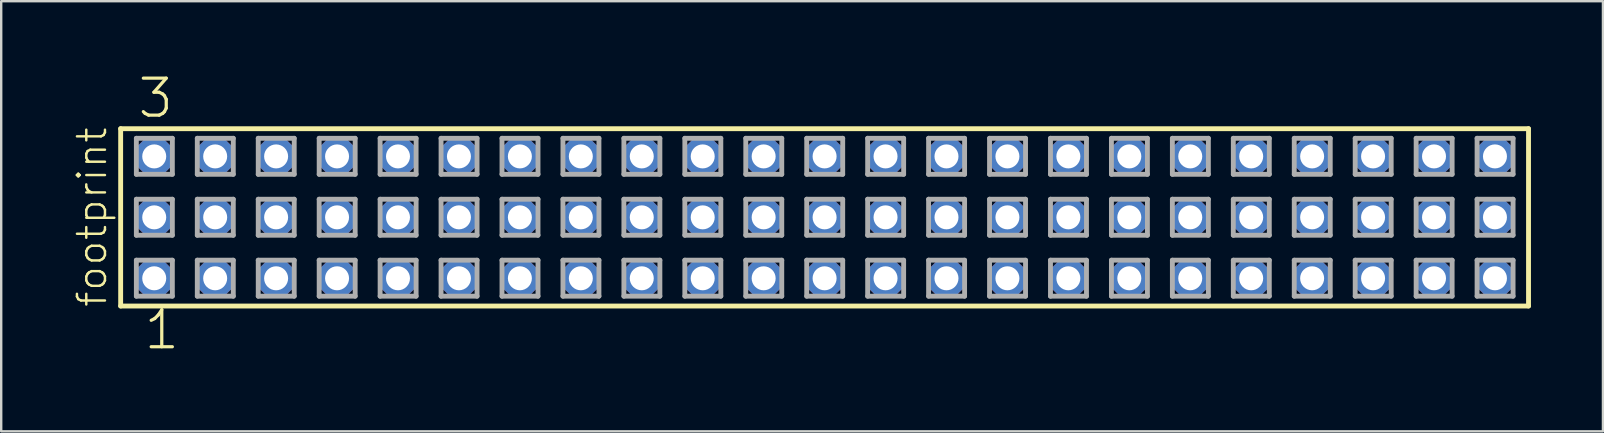
<source format=kicad_pcb>
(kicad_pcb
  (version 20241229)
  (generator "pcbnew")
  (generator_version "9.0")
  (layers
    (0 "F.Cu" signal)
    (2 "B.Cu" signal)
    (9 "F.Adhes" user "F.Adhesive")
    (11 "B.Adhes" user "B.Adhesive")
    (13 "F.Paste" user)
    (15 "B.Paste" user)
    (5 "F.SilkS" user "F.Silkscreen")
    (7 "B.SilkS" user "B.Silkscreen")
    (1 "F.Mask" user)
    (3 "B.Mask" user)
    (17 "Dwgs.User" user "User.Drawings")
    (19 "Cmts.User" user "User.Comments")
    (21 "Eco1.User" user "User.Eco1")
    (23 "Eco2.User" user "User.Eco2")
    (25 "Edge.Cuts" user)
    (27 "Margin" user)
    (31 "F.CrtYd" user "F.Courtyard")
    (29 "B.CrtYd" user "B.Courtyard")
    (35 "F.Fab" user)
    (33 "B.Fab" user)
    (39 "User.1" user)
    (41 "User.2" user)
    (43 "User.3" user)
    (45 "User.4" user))
  (footprint "footprint"
    (layer "F.Cu")
    (at 31.318 6.009)
    (property "Reference" "footprint" (at -29.845 3.81 90) (layer "F.SilkS") (effects (font (size 1.168 1.168) (thickness 0.102)) (justify left bottom)))
    (fp_line (start -29.339 -3.695) (end 29.339 -3.695) (stroke (width 0.203) (type solid)) (layer "F.SilkS"))
    (fp_line (start -29.339 3.695) (end -29.339 -3.695) (stroke (width 0.203) (type solid)) (layer "F.SilkS"))
    (fp_line (start 29.339 -3.695) (end 29.339 3.695) (stroke (width 0.203) (type solid)) (layer "F.SilkS"))
    (fp_line (start 29.339 3.695) (end -29.339 3.695) (stroke (width 0.203) (type solid)) (layer "F.SilkS"))
    (fp_line (start -28.685 -3.295) (end -27.185 -3.295) (stroke (width 0.203) (type solid)) (layer "F.Fab"))
    (fp_line (start -28.685 -1.795) (end -28.685 -3.295) (stroke (width 0.203) (type solid)) (layer "F.Fab"))
    (fp_line (start -28.685 -0.755) (end -27.185 -0.755) (stroke (width 0.203) (type solid)) (layer "F.Fab"))
    (fp_line (start -28.685 0.745) (end -28.685 -0.755) (stroke (width 0.203) (type solid)) (layer "F.Fab"))
    (fp_line (start -28.685 1.785) (end -27.185 1.785) (stroke (width 0.203) (type solid)) (layer "F.Fab"))
    (fp_line (start -28.685 3.285) (end -28.685 1.785) (stroke (width 0.203) (type solid)) (layer "F.Fab"))
    (fp_line (start -27.185 -3.295) (end -27.185 -1.795) (stroke (width 0.203) (type solid)) (layer "F.Fab"))
    (fp_line (start -27.185 -1.795) (end -28.685 -1.795) (stroke (width 0.203) (type solid)) (layer "F.Fab"))
    (fp_line (start -27.185 -0.755) (end -27.185 0.745) (stroke (width 0.203) (type solid)) (layer "F.Fab"))
    (fp_line (start -27.185 0.745) (end -28.685 0.745) (stroke (width 0.203) (type solid)) (layer "F.Fab"))
    (fp_line (start -27.185 1.785) (end -27.185 3.285) (stroke (width 0.203) (type solid)) (layer "F.Fab"))
    (fp_line (start -27.185 3.285) (end -28.685 3.285) (stroke (width 0.203) (type solid)) (layer "F.Fab"))
    (fp_line (start -26.145 -3.295) (end -24.645 -3.295) (stroke (width 0.203) (type solid)) (layer "F.Fab"))
    (fp_line (start -26.145 -1.795) (end -26.145 -3.295) (stroke (width 0.203) (type solid)) (layer "F.Fab"))
    (fp_line (start -26.145 -0.755) (end -24.645 -0.755) (stroke (width 0.203) (type solid)) (layer "F.Fab"))
    (fp_line (start -26.145 0.745) (end -26.145 -0.755) (stroke (width 0.203) (type solid)) (layer "F.Fab"))
    (fp_line (start -26.145 1.785) (end -24.645 1.785) (stroke (width 0.203) (type solid)) (layer "F.Fab"))
    (fp_line (start -26.145 3.285) (end -26.145 1.785) (stroke (width 0.203) (type solid)) (layer "F.Fab"))
    (fp_line (start -24.645 -3.295) (end -24.645 -1.795) (stroke (width 0.203) (type solid)) (layer "F.Fab"))
    (fp_line (start -24.645 -1.795) (end -26.145 -1.795) (stroke (width 0.203) (type solid)) (layer "F.Fab"))
    (fp_line (start -24.645 -0.755) (end -24.645 0.745) (stroke (width 0.203) (type solid)) (layer "F.Fab"))
    (fp_line (start -24.645 0.745) (end -26.145 0.745) (stroke (width 0.203) (type solid)) (layer "F.Fab"))
    (fp_line (start -24.645 1.785) (end -24.645 3.285) (stroke (width 0.203) (type solid)) (layer "F.Fab"))
    (fp_line (start -24.645 3.285) (end -26.145 3.285) (stroke (width 0.203) (type solid)) (layer "F.Fab"))
    (fp_line (start -23.605 -3.295) (end -22.105 -3.295) (stroke (width 0.203) (type solid)) (layer "F.Fab"))
    (fp_line (start -23.605 -1.795) (end -23.605 -3.295) (stroke (width 0.203) (type solid)) (layer "F.Fab"))
    (fp_line (start -23.605 -0.755) (end -22.105 -0.755) (stroke (width 0.203) (type solid)) (layer "F.Fab"))
    (fp_line (start -23.605 0.745) (end -23.605 -0.755) (stroke (width 0.203) (type solid)) (layer "F.Fab"))
    (fp_line (start -23.605 1.785) (end -22.105 1.785) (stroke (width 0.203) (type solid)) (layer "F.Fab"))
    (fp_line (start -23.605 3.285) (end -23.605 1.785) (stroke (width 0.203) (type solid)) (layer "F.Fab"))
    (fp_line (start -22.105 -3.295) (end -22.105 -1.795) (stroke (width 0.203) (type solid)) (layer "F.Fab"))
    (fp_line (start -22.105 -1.795) (end -23.605 -1.795) (stroke (width 0.203) (type solid)) (layer "F.Fab"))
    (fp_line (start -22.105 -0.755) (end -22.105 0.745) (stroke (width 0.203) (type solid)) (layer "F.Fab"))
    (fp_line (start -22.105 0.745) (end -23.605 0.745) (stroke (width 0.203) (type solid)) (layer "F.Fab"))
    (fp_line (start -22.105 1.785) (end -22.105 3.285) (stroke (width 0.203) (type solid)) (layer "F.Fab"))
    (fp_line (start -22.105 3.285) (end -23.605 3.285) (stroke (width 0.203) (type solid)) (layer "F.Fab"))
    (fp_line (start -21.065 -3.295) (end -19.565 -3.295) (stroke (width 0.203) (type solid)) (layer "F.Fab"))
    (fp_line (start -21.065 -1.795) (end -21.065 -3.295) (stroke (width 0.203) (type solid)) (layer "F.Fab"))
    (fp_line (start -21.065 -0.755) (end -19.565 -0.755) (stroke (width 0.203) (type solid)) (layer "F.Fab"))
    (fp_line (start -21.065 0.745) (end -21.065 -0.755) (stroke (width 0.203) (type solid)) (layer "F.Fab"))
    (fp_line (start -21.065 1.785) (end -19.565 1.785) (stroke (width 0.203) (type solid)) (layer "F.Fab"))
    (fp_line (start -21.065 3.285) (end -21.065 1.785) (stroke (width 0.203) (type solid)) (layer "F.Fab"))
    (fp_line (start -19.565 -3.295) (end -19.565 -1.795) (stroke (width 0.203) (type solid)) (layer "F.Fab"))
    (fp_line (start -19.565 -1.795) (end -21.065 -1.795) (stroke (width 0.203) (type solid)) (layer "F.Fab"))
    (fp_line (start -19.565 -0.755) (end -19.565 0.745) (stroke (width 0.203) (type solid)) (layer "F.Fab"))
    (fp_line (start -19.565 0.745) (end -21.065 0.745) (stroke (width 0.203) (type solid)) (layer "F.Fab"))
    (fp_line (start -19.565 1.785) (end -19.565 3.285) (stroke (width 0.203) (type solid)) (layer "F.Fab"))
    (fp_line (start -19.565 3.285) (end -21.065 3.285) (stroke (width 0.203) (type solid)) (layer "F.Fab"))
    (fp_line (start -18.525 -3.295) (end -17.025 -3.295) (stroke (width 0.203) (type solid)) (layer "F.Fab"))
    (fp_line (start -18.525 -1.795) (end -18.525 -3.295) (stroke (width 0.203) (type solid)) (layer "F.Fab"))
    (fp_line (start -18.525 -0.755) (end -17.025 -0.755) (stroke (width 0.203) (type solid)) (layer "F.Fab"))
    (fp_line (start -18.525 0.745) (end -18.525 -0.755) (stroke (width 0.203) (type solid)) (layer "F.Fab"))
    (fp_line (start -18.525 1.785) (end -17.025 1.785) (stroke (width 0.203) (type solid)) (layer "F.Fab"))
    (fp_line (start -18.525 3.285) (end -18.525 1.785) (stroke (width 0.203) (type solid)) (layer "F.Fab"))
    (fp_line (start -17.025 -3.295) (end -17.025 -1.795) (stroke (width 0.203) (type solid)) (layer "F.Fab"))
    (fp_line (start -17.025 -1.795) (end -18.525 -1.795) (stroke (width 0.203) (type solid)) (layer "F.Fab"))
    (fp_line (start -17.025 -0.755) (end -17.025 0.745) (stroke (width 0.203) (type solid)) (layer "F.Fab"))
    (fp_line (start -17.025 0.745) (end -18.525 0.745) (stroke (width 0.203) (type solid)) (layer "F.Fab"))
    (fp_line (start -17.025 1.785) (end -17.025 3.285) (stroke (width 0.203) (type solid)) (layer "F.Fab"))
    (fp_line (start -17.025 3.285) (end -18.525 3.285) (stroke (width 0.203) (type solid)) (layer "F.Fab"))
    (fp_line (start -15.985 -3.295) (end -14.485 -3.295) (stroke (width 0.203) (type solid)) (layer "F.Fab"))
    (fp_line (start -15.985 -1.795) (end -15.985 -3.295) (stroke (width 0.203) (type solid)) (layer "F.Fab"))
    (fp_line (start -15.985 -0.755) (end -14.485 -0.755) (stroke (width 0.203) (type solid)) (layer "F.Fab"))
    (fp_line (start -15.985 0.745) (end -15.985 -0.755) (stroke (width 0.203) (type solid)) (layer "F.Fab"))
    (fp_line (start -15.985 1.785) (end -14.485 1.785) (stroke (width 0.203) (type solid)) (layer "F.Fab"))
    (fp_line (start -15.985 3.285) (end -15.985 1.785) (stroke (width 0.203) (type solid)) (layer "F.Fab"))
    (fp_line (start -14.485 -3.295) (end -14.485 -1.795) (stroke (width 0.203) (type solid)) (layer "F.Fab"))
    (fp_line (start -14.485 -1.795) (end -15.985 -1.795) (stroke (width 0.203) (type solid)) (layer "F.Fab"))
    (fp_line (start -14.485 -0.755) (end -14.485 0.745) (stroke (width 0.203) (type solid)) (layer "F.Fab"))
    (fp_line (start -14.485 0.745) (end -15.985 0.745) (stroke (width 0.203) (type solid)) (layer "F.Fab"))
    (fp_line (start -14.485 1.785) (end -14.485 3.285) (stroke (width 0.203) (type solid)) (layer "F.Fab"))
    (fp_line (start -14.485 3.285) (end -15.985 3.285) (stroke (width 0.203) (type solid)) (layer "F.Fab"))
    (fp_line (start -13.445 -3.295) (end -11.945 -3.295) (stroke (width 0.203) (type solid)) (layer "F.Fab"))
    (fp_line (start -13.445 -1.795) (end -13.445 -3.295) (stroke (width 0.203) (type solid)) (layer "F.Fab"))
    (fp_line (start -13.445 -0.755) (end -11.945 -0.755) (stroke (width 0.203) (type solid)) (layer "F.Fab"))
    (fp_line (start -13.445 0.745) (end -13.445 -0.755) (stroke (width 0.203) (type solid)) (layer "F.Fab"))
    (fp_line (start -13.445 1.785) (end -11.945 1.785) (stroke (width 0.203) (type solid)) (layer "F.Fab"))
    (fp_line (start -13.445 3.285) (end -13.445 1.785) (stroke (width 0.203) (type solid)) (layer "F.Fab"))
    (fp_line (start -11.945 -3.295) (end -11.945 -1.795) (stroke (width 0.203) (type solid)) (layer "F.Fab"))
    (fp_line (start -11.945 -1.795) (end -13.445 -1.795) (stroke (width 0.203) (type solid)) (layer "F.Fab"))
    (fp_line (start -11.945 -0.755) (end -11.945 0.745) (stroke (width 0.203) (type solid)) (layer "F.Fab"))
    (fp_line (start -11.945 0.745) (end -13.445 0.745) (stroke (width 0.203) (type solid)) (layer "F.Fab"))
    (fp_line (start -11.945 1.785) (end -11.945 3.285) (stroke (width 0.203) (type solid)) (layer "F.Fab"))
    (fp_line (start -11.945 3.285) (end -13.445 3.285) (stroke (width 0.203) (type solid)) (layer "F.Fab"))
    (fp_line (start -10.905 -3.295) (end -9.405 -3.295) (stroke (width 0.203) (type solid)) (layer "F.Fab"))
    (fp_line (start -10.905 -1.795) (end -10.905 -3.295) (stroke (width 0.203) (type solid)) (layer "F.Fab"))
    (fp_line (start -10.905 -0.755) (end -9.405 -0.755) (stroke (width 0.203) (type solid)) (layer "F.Fab"))
    (fp_line (start -10.905 0.745) (end -10.905 -0.755) (stroke (width 0.203) (type solid)) (layer "F.Fab"))
    (fp_line (start -10.905 1.785) (end -9.405 1.785) (stroke (width 0.203) (type solid)) (layer "F.Fab"))
    (fp_line (start -10.905 3.285) (end -10.905 1.785) (stroke (width 0.203) (type solid)) (layer "F.Fab"))
    (fp_line (start -9.405 -3.295) (end -9.405 -1.795) (stroke (width 0.203) (type solid)) (layer "F.Fab"))
    (fp_line (start -9.405 -1.795) (end -10.905 -1.795) (stroke (width 0.203) (type solid)) (layer "F.Fab"))
    (fp_line (start -9.405 -0.755) (end -9.405 0.745) (stroke (width 0.203) (type solid)) (layer "F.Fab"))
    (fp_line (start -9.405 0.745) (end -10.905 0.745) (stroke (width 0.203) (type solid)) (layer "F.Fab"))
    (fp_line (start -9.405 1.785) (end -9.405 3.285) (stroke (width 0.203) (type solid)) (layer "F.Fab"))
    (fp_line (start -9.405 3.285) (end -10.905 3.285) (stroke (width 0.203) (type solid)) (layer "F.Fab"))
    (fp_line (start -8.365 -3.295) (end -6.865 -3.295) (stroke (width 0.203) (type solid)) (layer "F.Fab"))
    (fp_line (start -8.365 -1.795) (end -8.365 -3.295) (stroke (width 0.203) (type solid)) (layer "F.Fab"))
    (fp_line (start -8.365 -0.755) (end -6.865 -0.755) (stroke (width 0.203) (type solid)) (layer "F.Fab"))
    (fp_line (start -8.365 0.745) (end -8.365 -0.755) (stroke (width 0.203) (type solid)) (layer "F.Fab"))
    (fp_line (start -8.365 1.785) (end -6.865 1.785) (stroke (width 0.203) (type solid)) (layer "F.Fab"))
    (fp_line (start -8.365 3.285) (end -8.365 1.785) (stroke (width 0.203) (type solid)) (layer "F.Fab"))
    (fp_line (start -6.865 -3.295) (end -6.865 -1.795) (stroke (width 0.203) (type solid)) (layer "F.Fab"))
    (fp_line (start -6.865 -1.795) (end -8.365 -1.795) (stroke (width 0.203) (type solid)) (layer "F.Fab"))
    (fp_line (start -6.865 -0.755) (end -6.865 0.745) (stroke (width 0.203) (type solid)) (layer "F.Fab"))
    (fp_line (start -6.865 0.745) (end -8.365 0.745) (stroke (width 0.203) (type solid)) (layer "F.Fab"))
    (fp_line (start -6.865 1.785) (end -6.865 3.285) (stroke (width 0.203) (type solid)) (layer "F.Fab"))
    (fp_line (start -6.865 3.285) (end -8.365 3.285) (stroke (width 0.203) (type solid)) (layer "F.Fab"))
    (fp_line (start -5.825 -3.295) (end -4.325 -3.295) (stroke (width 0.203) (type solid)) (layer "F.Fab"))
    (fp_line (start -5.825 -1.795) (end -5.825 -3.295) (stroke (width 0.203) (type solid)) (layer "F.Fab"))
    (fp_line (start -5.825 -0.755) (end -4.325 -0.755) (stroke (width 0.203) (type solid)) (layer "F.Fab"))
    (fp_line (start -5.825 0.745) (end -5.825 -0.755) (stroke (width 0.203) (type solid)) (layer "F.Fab"))
    (fp_line (start -5.825 1.785) (end -4.325 1.785) (stroke (width 0.203) (type solid)) (layer "F.Fab"))
    (fp_line (start -5.825 3.285) (end -5.825 1.785) (stroke (width 0.203) (type solid)) (layer "F.Fab"))
    (fp_line (start -4.325 -3.295) (end -4.325 -1.795) (stroke (width 0.203) (type solid)) (layer "F.Fab"))
    (fp_line (start -4.325 -1.795) (end -5.825 -1.795) (stroke (width 0.203) (type solid)) (layer "F.Fab"))
    (fp_line (start -4.325 -0.755) (end -4.325 0.745) (stroke (width 0.203) (type solid)) (layer "F.Fab"))
    (fp_line (start -4.325 0.745) (end -5.825 0.745) (stroke (width 0.203) (type solid)) (layer "F.Fab"))
    (fp_line (start -4.325 1.785) (end -4.325 3.285) (stroke (width 0.203) (type solid)) (layer "F.Fab"))
    (fp_line (start -4.325 3.285) (end -5.825 3.285) (stroke (width 0.203) (type solid)) (layer "F.Fab"))
    (fp_line (start -3.285 -3.295) (end -1.785 -3.295) (stroke (width 0.203) (type solid)) (layer "F.Fab"))
    (fp_line (start -3.285 -1.795) (end -3.285 -3.295) (stroke (width 0.203) (type solid)) (layer "F.Fab"))
    (fp_line (start -3.285 -0.755) (end -1.785 -0.755) (stroke (width 0.203) (type solid)) (layer "F.Fab"))
    (fp_line (start -3.285 0.745) (end -3.285 -0.755) (stroke (width 0.203) (type solid)) (layer "F.Fab"))
    (fp_line (start -3.285 1.785) (end -1.785 1.785) (stroke (width 0.203) (type solid)) (layer "F.Fab"))
    (fp_line (start -3.285 3.285) (end -3.285 1.785) (stroke (width 0.203) (type solid)) (layer "F.Fab"))
    (fp_line (start -1.785 -3.295) (end -1.785 -1.795) (stroke (width 0.203) (type solid)) (layer "F.Fab"))
    (fp_line (start -1.785 -1.795) (end -3.285 -1.795) (stroke (width 0.203) (type solid)) (layer "F.Fab"))
    (fp_line (start -1.785 -0.755) (end -1.785 0.745) (stroke (width 0.203) (type solid)) (layer "F.Fab"))
    (fp_line (start -1.785 0.745) (end -3.285 0.745) (stroke (width 0.203) (type solid)) (layer "F.Fab"))
    (fp_line (start -1.785 1.785) (end -1.785 3.285) (stroke (width 0.203) (type solid)) (layer "F.Fab"))
    (fp_line (start -1.785 3.285) (end -3.285 3.285) (stroke (width 0.203) (type solid)) (layer "F.Fab"))
    (fp_line (start -0.745 -3.295) (end 0.755 -3.295) (stroke (width 0.203) (type solid)) (layer "F.Fab"))
    (fp_line (start -0.745 -1.795) (end -0.745 -3.295) (stroke (width 0.203) (type solid)) (layer "F.Fab"))
    (fp_line (start -0.745 -0.755) (end 0.755 -0.755) (stroke (width 0.203) (type solid)) (layer "F.Fab"))
    (fp_line (start -0.745 0.745) (end -0.745 -0.755) (stroke (width 0.203) (type solid)) (layer "F.Fab"))
    (fp_line (start -0.745 1.785) (end 0.755 1.785) (stroke (width 0.203) (type solid)) (layer "F.Fab"))
    (fp_line (start -0.745 3.285) (end -0.745 1.785) (stroke (width 0.203) (type solid)) (layer "F.Fab"))
    (fp_line (start 0.755 -3.295) (end 0.755 -1.795) (stroke (width 0.203) (type solid)) (layer "F.Fab"))
    (fp_line (start 0.755 -1.795) (end -0.745 -1.795) (stroke (width 0.203) (type solid)) (layer "F.Fab"))
    (fp_line (start 0.755 -0.755) (end 0.755 0.745) (stroke (width 0.203) (type solid)) (layer "F.Fab"))
    (fp_line (start 0.755 0.745) (end -0.745 0.745) (stroke (width 0.203) (type solid)) (layer "F.Fab"))
    (fp_line (start 0.755 1.785) (end 0.755 3.285) (stroke (width 0.203) (type solid)) (layer "F.Fab"))
    (fp_line (start 0.755 3.285) (end -0.745 3.285) (stroke (width 0.203) (type solid)) (layer "F.Fab"))
    (fp_line (start 1.795 -3.295) (end 3.295 -3.295) (stroke (width 0.203) (type solid)) (layer "F.Fab"))
    (fp_line (start 1.795 -1.795) (end 1.795 -3.295) (stroke (width 0.203) (type solid)) (layer "F.Fab"))
    (fp_line (start 1.795 -0.755) (end 3.295 -0.755) (stroke (width 0.203) (type solid)) (layer "F.Fab"))
    (fp_line (start 1.795 0.745) (end 1.795 -0.755) (stroke (width 0.203) (type solid)) (layer "F.Fab"))
    (fp_line (start 1.795 1.785) (end 3.295 1.785) (stroke (width 0.203) (type solid)) (layer "F.Fab"))
    (fp_line (start 1.795 3.285) (end 1.795 1.785) (stroke (width 0.203) (type solid)) (layer "F.Fab"))
    (fp_line (start 3.295 -3.295) (end 3.295 -1.795) (stroke (width 0.203) (type solid)) (layer "F.Fab"))
    (fp_line (start 3.295 -1.795) (end 1.795 -1.795) (stroke (width 0.203) (type solid)) (layer "F.Fab"))
    (fp_line (start 3.295 -0.755) (end 3.295 0.745) (stroke (width 0.203) (type solid)) (layer "F.Fab"))
    (fp_line (start 3.295 0.745) (end 1.795 0.745) (stroke (width 0.203) (type solid)) (layer "F.Fab"))
    (fp_line (start 3.295 1.785) (end 3.295 3.285) (stroke (width 0.203) (type solid)) (layer "F.Fab"))
    (fp_line (start 3.295 3.285) (end 1.795 3.285) (stroke (width 0.203) (type solid)) (layer "F.Fab"))
    (fp_line (start 4.335 -3.295) (end 5.835 -3.295) (stroke (width 0.203) (type solid)) (layer "F.Fab"))
    (fp_line (start 4.335 -1.795) (end 4.335 -3.295) (stroke (width 0.203) (type solid)) (layer "F.Fab"))
    (fp_line (start 4.335 -0.755) (end 5.835 -0.755) (stroke (width 0.203) (type solid)) (layer "F.Fab"))
    (fp_line (start 4.335 0.745) (end 4.335 -0.755) (stroke (width 0.203) (type solid)) (layer "F.Fab"))
    (fp_line (start 4.335 1.785) (end 5.835 1.785) (stroke (width 0.203) (type solid)) (layer "F.Fab"))
    (fp_line (start 4.335 3.285) (end 4.335 1.785) (stroke (width 0.203) (type solid)) (layer "F.Fab"))
    (fp_line (start 5.835 -3.295) (end 5.835 -1.795) (stroke (width 0.203) (type solid)) (layer "F.Fab"))
    (fp_line (start 5.835 -1.795) (end 4.335 -1.795) (stroke (width 0.203) (type solid)) (layer "F.Fab"))
    (fp_line (start 5.835 -0.755) (end 5.835 0.745) (stroke (width 0.203) (type solid)) (layer "F.Fab"))
    (fp_line (start 5.835 0.745) (end 4.335 0.745) (stroke (width 0.203) (type solid)) (layer "F.Fab"))
    (fp_line (start 5.835 1.785) (end 5.835 3.285) (stroke (width 0.203) (type solid)) (layer "F.Fab"))
    (fp_line (start 5.835 3.285) (end 4.335 3.285) (stroke (width 0.203) (type solid)) (layer "F.Fab"))
    (fp_line (start 6.875 -3.295) (end 8.375 -3.295) (stroke (width 0.203) (type solid)) (layer "F.Fab"))
    (fp_line (start 6.875 -1.795) (end 6.875 -3.295) (stroke (width 0.203) (type solid)) (layer "F.Fab"))
    (fp_line (start 6.875 -0.755) (end 8.375 -0.755) (stroke (width 0.203) (type solid)) (layer "F.Fab"))
    (fp_line (start 6.875 0.745) (end 6.875 -0.755) (stroke (width 0.203) (type solid)) (layer "F.Fab"))
    (fp_line (start 6.875 1.785) (end 8.375 1.785) (stroke (width 0.203) (type solid)) (layer "F.Fab"))
    (fp_line (start 6.875 3.285) (end 6.875 1.785) (stroke (width 0.203) (type solid)) (layer "F.Fab"))
    (fp_line (start 8.375 -3.295) (end 8.375 -1.795) (stroke (width 0.203) (type solid)) (layer "F.Fab"))
    (fp_line (start 8.375 -1.795) (end 6.875 -1.795) (stroke (width 0.203) (type solid)) (layer "F.Fab"))
    (fp_line (start 8.375 -0.755) (end 8.375 0.745) (stroke (width 0.203) (type solid)) (layer "F.Fab"))
    (fp_line (start 8.375 0.745) (end 6.875 0.745) (stroke (width 0.203) (type solid)) (layer "F.Fab"))
    (fp_line (start 8.375 1.785) (end 8.375 3.285) (stroke (width 0.203) (type solid)) (layer "F.Fab"))
    (fp_line (start 8.375 3.285) (end 6.875 3.285) (stroke (width 0.203) (type solid)) (layer "F.Fab"))
    (fp_line (start 9.415 -3.295) (end 10.915 -3.295) (stroke (width 0.203) (type solid)) (layer "F.Fab"))
    (fp_line (start 9.415 -1.795) (end 9.415 -3.295) (stroke (width 0.203) (type solid)) (layer "F.Fab"))
    (fp_line (start 9.415 -0.755) (end 10.915 -0.755) (stroke (width 0.203) (type solid)) (layer "F.Fab"))
    (fp_line (start 9.415 0.745) (end 9.415 -0.755) (stroke (width 0.203) (type solid)) (layer "F.Fab"))
    (fp_line (start 9.415 1.785) (end 10.915 1.785) (stroke (width 0.203) (type solid)) (layer "F.Fab"))
    (fp_line (start 9.415 3.285) (end 9.415 1.785) (stroke (width 0.203) (type solid)) (layer "F.Fab"))
    (fp_line (start 10.915 -3.295) (end 10.915 -1.795) (stroke (width 0.203) (type solid)) (layer "F.Fab"))
    (fp_line (start 10.915 -1.795) (end 9.415 -1.795) (stroke (width 0.203) (type solid)) (layer "F.Fab"))
    (fp_line (start 10.915 -0.755) (end 10.915 0.745) (stroke (width 0.203) (type solid)) (layer "F.Fab"))
    (fp_line (start 10.915 0.745) (end 9.415 0.745) (stroke (width 0.203) (type solid)) (layer "F.Fab"))
    (fp_line (start 10.915 1.785) (end 10.915 3.285) (stroke (width 0.203) (type solid)) (layer "F.Fab"))
    (fp_line (start 10.915 3.285) (end 9.415 3.285) (stroke (width 0.203) (type solid)) (layer "F.Fab"))
    (fp_line (start 11.955 -3.295) (end 13.455 -3.295) (stroke (width 0.203) (type solid)) (layer "F.Fab"))
    (fp_line (start 11.955 -1.795) (end 11.955 -3.295) (stroke (width 0.203) (type solid)) (layer "F.Fab"))
    (fp_line (start 11.955 -0.755) (end 13.455 -0.755) (stroke (width 0.203) (type solid)) (layer "F.Fab"))
    (fp_line (start 11.955 0.745) (end 11.955 -0.755) (stroke (width 0.203) (type solid)) (layer "F.Fab"))
    (fp_line (start 11.955 1.785) (end 13.455 1.785) (stroke (width 0.203) (type solid)) (layer "F.Fab"))
    (fp_line (start 11.955 3.285) (end 11.955 1.785) (stroke (width 0.203) (type solid)) (layer "F.Fab"))
    (fp_line (start 13.455 -3.295) (end 13.455 -1.795) (stroke (width 0.203) (type solid)) (layer "F.Fab"))
    (fp_line (start 13.455 -1.795) (end 11.955 -1.795) (stroke (width 0.203) (type solid)) (layer "F.Fab"))
    (fp_line (start 13.455 -0.755) (end 13.455 0.745) (stroke (width 0.203) (type solid)) (layer "F.Fab"))
    (fp_line (start 13.455 0.745) (end 11.955 0.745) (stroke (width 0.203) (type solid)) (layer "F.Fab"))
    (fp_line (start 13.455 1.785) (end 13.455 3.285) (stroke (width 0.203) (type solid)) (layer "F.Fab"))
    (fp_line (start 13.455 3.285) (end 11.955 3.285) (stroke (width 0.203) (type solid)) (layer "F.Fab"))
    (fp_line (start 14.495 -3.295) (end 15.995 -3.295) (stroke (width 0.203) (type solid)) (layer "F.Fab"))
    (fp_line (start 14.495 -1.795) (end 14.495 -3.295) (stroke (width 0.203) (type solid)) (layer "F.Fab"))
    (fp_line (start 14.495 -0.755) (end 15.995 -0.755) (stroke (width 0.203) (type solid)) (layer "F.Fab"))
    (fp_line (start 14.495 0.745) (end 14.495 -0.755) (stroke (width 0.203) (type solid)) (layer "F.Fab"))
    (fp_line (start 14.495 1.785) (end 15.995 1.785) (stroke (width 0.203) (type solid)) (layer "F.Fab"))
    (fp_line (start 14.495 3.285) (end 14.495 1.785) (stroke (width 0.203) (type solid)) (layer "F.Fab"))
    (fp_line (start 15.995 -3.295) (end 15.995 -1.795) (stroke (width 0.203) (type solid)) (layer "F.Fab"))
    (fp_line (start 15.995 -1.795) (end 14.495 -1.795) (stroke (width 0.203) (type solid)) (layer "F.Fab"))
    (fp_line (start 15.995 -0.755) (end 15.995 0.745) (stroke (width 0.203) (type solid)) (layer "F.Fab"))
    (fp_line (start 15.995 0.745) (end 14.495 0.745) (stroke (width 0.203) (type solid)) (layer "F.Fab"))
    (fp_line (start 15.995 1.785) (end 15.995 3.285) (stroke (width 0.203) (type solid)) (layer "F.Fab"))
    (fp_line (start 15.995 3.285) (end 14.495 3.285) (stroke (width 0.203) (type solid)) (layer "F.Fab"))
    (fp_line (start 17.035 -3.295) (end 18.535 -3.295) (stroke (width 0.203) (type solid)) (layer "F.Fab"))
    (fp_line (start 17.035 -1.795) (end 17.035 -3.295) (stroke (width 0.203) (type solid)) (layer "F.Fab"))
    (fp_line (start 17.035 -0.755) (end 18.535 -0.755) (stroke (width 0.203) (type solid)) (layer "F.Fab"))
    (fp_line (start 17.035 0.745) (end 17.035 -0.755) (stroke (width 0.203) (type solid)) (layer "F.Fab"))
    (fp_line (start 17.035 1.785) (end 18.535 1.785) (stroke (width 0.203) (type solid)) (layer "F.Fab"))
    (fp_line (start 17.035 3.285) (end 17.035 1.785) (stroke (width 0.203) (type solid)) (layer "F.Fab"))
    (fp_line (start 18.535 -3.295) (end 18.535 -1.795) (stroke (width 0.203) (type solid)) (layer "F.Fab"))
    (fp_line (start 18.535 -1.795) (end 17.035 -1.795) (stroke (width 0.203) (type solid)) (layer "F.Fab"))
    (fp_line (start 18.535 -0.755) (end 18.535 0.745) (stroke (width 0.203) (type solid)) (layer "F.Fab"))
    (fp_line (start 18.535 0.745) (end 17.035 0.745) (stroke (width 0.203) (type solid)) (layer "F.Fab"))
    (fp_line (start 18.535 1.785) (end 18.535 3.285) (stroke (width 0.203) (type solid)) (layer "F.Fab"))
    (fp_line (start 18.535 3.285) (end 17.035 3.285) (stroke (width 0.203) (type solid)) (layer "F.Fab"))
    (fp_line (start 19.575 -3.295) (end 21.075 -3.295) (stroke (width 0.203) (type solid)) (layer "F.Fab"))
    (fp_line (start 19.575 -1.795) (end 19.575 -3.295) (stroke (width 0.203) (type solid)) (layer "F.Fab"))
    (fp_line (start 19.575 -0.755) (end 21.075 -0.755) (stroke (width 0.203) (type solid)) (layer "F.Fab"))
    (fp_line (start 19.575 0.745) (end 19.575 -0.755) (stroke (width 0.203) (type solid)) (layer "F.Fab"))
    (fp_line (start 19.575 1.785) (end 21.075 1.785) (stroke (width 0.203) (type solid)) (layer "F.Fab"))
    (fp_line (start 19.575 3.285) (end 19.575 1.785) (stroke (width 0.203) (type solid)) (layer "F.Fab"))
    (fp_line (start 21.075 -3.295) (end 21.075 -1.795) (stroke (width 0.203) (type solid)) (layer "F.Fab"))
    (fp_line (start 21.075 -1.795) (end 19.575 -1.795) (stroke (width 0.203) (type solid)) (layer "F.Fab"))
    (fp_line (start 21.075 -0.755) (end 21.075 0.745) (stroke (width 0.203) (type solid)) (layer "F.Fab"))
    (fp_line (start 21.075 0.745) (end 19.575 0.745) (stroke (width 0.203) (type solid)) (layer "F.Fab"))
    (fp_line (start 21.075 1.785) (end 21.075 3.285) (stroke (width 0.203) (type solid)) (layer "F.Fab"))
    (fp_line (start 21.075 3.285) (end 19.575 3.285) (stroke (width 0.203) (type solid)) (layer "F.Fab"))
    (fp_line (start 22.115 -3.295) (end 23.615 -3.295) (stroke (width 0.203) (type solid)) (layer "F.Fab"))
    (fp_line (start 22.115 -1.795) (end 22.115 -3.295) (stroke (width 0.203) (type solid)) (layer "F.Fab"))
    (fp_line (start 22.115 -0.755) (end 23.615 -0.755) (stroke (width 0.203) (type solid)) (layer "F.Fab"))
    (fp_line (start 22.115 0.745) (end 22.115 -0.755) (stroke (width 0.203) (type solid)) (layer "F.Fab"))
    (fp_line (start 22.115 1.785) (end 23.615 1.785) (stroke (width 0.203) (type solid)) (layer "F.Fab"))
    (fp_line (start 22.115 3.285) (end 22.115 1.785) (stroke (width 0.203) (type solid)) (layer "F.Fab"))
    (fp_line (start 23.615 -3.295) (end 23.615 -1.795) (stroke (width 0.203) (type solid)) (layer "F.Fab"))
    (fp_line (start 23.615 -1.795) (end 22.115 -1.795) (stroke (width 0.203) (type solid)) (layer "F.Fab"))
    (fp_line (start 23.615 -0.755) (end 23.615 0.745) (stroke (width 0.203) (type solid)) (layer "F.Fab"))
    (fp_line (start 23.615 0.745) (end 22.115 0.745) (stroke (width 0.203) (type solid)) (layer "F.Fab"))
    (fp_line (start 23.615 1.785) (end 23.615 3.285) (stroke (width 0.203) (type solid)) (layer "F.Fab"))
    (fp_line (start 23.615 3.285) (end 22.115 3.285) (stroke (width 0.203) (type solid)) (layer "F.Fab"))
    (fp_line (start 24.655 -3.295) (end 26.155 -3.295) (stroke (width 0.203) (type solid)) (layer "F.Fab"))
    (fp_line (start 24.655 -1.795) (end 24.655 -3.295) (stroke (width 0.203) (type solid)) (layer "F.Fab"))
    (fp_line (start 24.655 -0.755) (end 26.155 -0.755) (stroke (width 0.203) (type solid)) (layer "F.Fab"))
    (fp_line (start 24.655 0.745) (end 24.655 -0.755) (stroke (width 0.203) (type solid)) (layer "F.Fab"))
    (fp_line (start 24.655 1.785) (end 26.155 1.785) (stroke (width 0.203) (type solid)) (layer "F.Fab"))
    (fp_line (start 24.655 3.285) (end 24.655 1.785) (stroke (width 0.203) (type solid)) (layer "F.Fab"))
    (fp_line (start 26.155 -3.295) (end 26.155 -1.795) (stroke (width 0.203) (type solid)) (layer "F.Fab"))
    (fp_line (start 26.155 -1.795) (end 24.655 -1.795) (stroke (width 0.203) (type solid)) (layer "F.Fab"))
    (fp_line (start 26.155 -0.755) (end 26.155 0.745) (stroke (width 0.203) (type solid)) (layer "F.Fab"))
    (fp_line (start 26.155 0.745) (end 24.655 0.745) (stroke (width 0.203) (type solid)) (layer "F.Fab"))
    (fp_line (start 26.155 1.785) (end 26.155 3.285) (stroke (width 0.203) (type solid)) (layer "F.Fab"))
    (fp_line (start 26.155 3.285) (end 24.655 3.285) (stroke (width 0.203) (type solid)) (layer "F.Fab"))
    (fp_line (start 27.195 -3.295) (end 28.695 -3.295) (stroke (width 0.203) (type solid)) (layer "F.Fab"))
    (fp_line (start 27.195 -1.795) (end 27.195 -3.295) (stroke (width 0.203) (type solid)) (layer "F.Fab"))
    (fp_line (start 27.195 -0.755) (end 28.695 -0.755) (stroke (width 0.203) (type solid)) (layer "F.Fab"))
    (fp_line (start 27.195 0.745) (end 27.195 -0.755) (stroke (width 0.203) (type solid)) (layer "F.Fab"))
    (fp_line (start 27.195 1.785) (end 28.695 1.785) (stroke (width 0.203) (type solid)) (layer "F.Fab"))
    (fp_line (start 27.195 3.285) (end 27.195 1.785) (stroke (width 0.203) (type solid)) (layer "F.Fab"))
    (fp_line (start 28.695 -3.295) (end 28.695 -1.795) (stroke (width 0.203) (type solid)) (layer "F.Fab"))
    (fp_line (start 28.695 -1.795) (end 27.195 -1.795) (stroke (width 0.203) (type solid)) (layer "F.Fab"))
    (fp_line (start 28.695 -0.755) (end 28.695 0.745) (stroke (width 0.203) (type solid)) (layer "F.Fab"))
    (fp_line (start 28.695 0.745) (end 27.195 0.745) (stroke (width 0.203) (type solid)) (layer "F.Fab"))
    (fp_line (start 28.695 1.785) (end 28.695 3.285) (stroke (width 0.203) (type solid)) (layer "F.Fab"))
    (fp_line (start 28.695 3.285) (end 27.195 3.285) (stroke (width 0.203) (type solid)) (layer "F.Fab"))
    (fp_text user "3" (at -28.702 -4.064 0) (layer "F.SilkS") (effects (font (size 1.542 1.542) (thickness 0.134)) (justify left bottom)))
    (fp_text user "1" (at -28.448 5.588 0) (layer "F.SilkS") (effects (font (size 1.542 1.542) (thickness 0.134)) (justify left bottom)))
    (pad "1" thru_hole roundrect (at -27.94 2.54) (size 1.5 1.5) (drill 1) (layers "*.Cu" "*.Mask") (roundrect_rratio 0.25) (chamfer_ratio 0.25) (chamfer top_left top_right bottom_left bottom_right))
    (pad "2" thru_hole roundrect (at -27.94 0) (size 1.5 1.5) (drill 1) (layers "*.Cu" "*.Mask") (roundrect_rratio 0.25) (chamfer_ratio 0.25) (chamfer top_left top_right bottom_left bottom_right))
    (pad "3" thru_hole roundrect (at -27.94 -2.54) (size 1.5 1.5) (drill 1) (layers "*.Cu" "*.Mask") (roundrect_rratio 0.25) (chamfer_ratio 0.25) (chamfer top_left top_right bottom_left bottom_right))
    (pad "4" thru_hole roundrect (at -25.4 2.54) (size 1.5 1.5) (drill 1) (layers "*.Cu" "*.Mask") (roundrect_rratio 0.25) (chamfer_ratio 0.25) (chamfer top_left top_right bottom_left bottom_right))
    (pad "5" thru_hole roundrect (at -25.4 0) (size 1.5 1.5) (drill 1) (layers "*.Cu" "*.Mask") (roundrect_rratio 0.25) (chamfer_ratio 0.25) (chamfer top_left top_right bottom_left bottom_right))
    (pad "6" thru_hole roundrect (at -25.4 -2.54) (size 1.5 1.5) (drill 1) (layers "*.Cu" "*.Mask") (roundrect_rratio 0.25) (chamfer_ratio 0.25) (chamfer top_left top_right bottom_left bottom_right))
    (pad "7" thru_hole roundrect (at -22.86 2.54) (size 1.5 1.5) (drill 1) (layers "*.Cu" "*.Mask") (roundrect_rratio 0.25) (chamfer_ratio 0.25) (chamfer top_left top_right bottom_left bottom_right))
    (pad "8" thru_hole roundrect (at -22.86 0) (size 1.5 1.5) (drill 1) (layers "*.Cu" "*.Mask") (roundrect_rratio 0.25) (chamfer_ratio 0.25) (chamfer top_left top_right bottom_left bottom_right))
    (pad "9" thru_hole roundrect (at -22.86 -2.54) (size 1.5 1.5) (drill 1) (layers "*.Cu" "*.Mask") (roundrect_rratio 0.25) (chamfer_ratio 0.25) (chamfer top_left top_right bottom_left bottom_right))
    (pad "10" thru_hole roundrect (at -20.32 2.54) (size 1.5 1.5) (drill 1) (layers "*.Cu" "*.Mask") (roundrect_rratio 0.25) (chamfer_ratio 0.25) (chamfer top_left top_right bottom_left bottom_right))
    (pad "11" thru_hole roundrect (at -20.32 0) (size 1.5 1.5) (drill 1) (layers "*.Cu" "*.Mask") (roundrect_rratio 0.25) (chamfer_ratio 0.25) (chamfer top_left top_right bottom_left bottom_right))
    (pad "12" thru_hole roundrect (at -20.32 -2.54) (size 1.5 1.5) (drill 1) (layers "*.Cu" "*.Mask") (roundrect_rratio 0.25) (chamfer_ratio 0.25) (chamfer top_left top_right bottom_left bottom_right))
    (pad "13" thru_hole roundrect (at -17.78 2.54) (size 1.5 1.5) (drill 1) (layers "*.Cu" "*.Mask") (roundrect_rratio 0.25) (chamfer_ratio 0.25) (chamfer top_left top_right bottom_left bottom_right))
    (pad "14" thru_hole roundrect (at -17.78 0) (size 1.5 1.5) (drill 1) (layers "*.Cu" "*.Mask") (roundrect_rratio 0.25) (chamfer_ratio 0.25) (chamfer top_left top_right bottom_left bottom_right))
    (pad "15" thru_hole roundrect (at -17.78 -2.54) (size 1.5 1.5) (drill 1) (layers "*.Cu" "*.Mask") (roundrect_rratio 0.25) (chamfer_ratio 0.25) (chamfer top_left top_right bottom_left bottom_right))
    (pad "16" thru_hole roundrect (at -15.24 2.54) (size 1.5 1.5) (drill 1) (layers "*.Cu" "*.Mask") (roundrect_rratio 0.25) (chamfer_ratio 0.25) (chamfer top_left top_right bottom_left bottom_right))
    (pad "17" thru_hole roundrect (at -15.24 0) (size 1.5 1.5) (drill 1) (layers "*.Cu" "*.Mask") (roundrect_rratio 0.25) (chamfer_ratio 0.25) (chamfer top_left top_right bottom_left bottom_right))
    (pad "18" thru_hole roundrect (at -15.24 -2.54) (size 1.5 1.5) (drill 1) (layers "*.Cu" "*.Mask") (roundrect_rratio 0.25) (chamfer_ratio 0.25) (chamfer top_left top_right bottom_left bottom_right))
    (pad "19" thru_hole roundrect (at -12.7 2.54) (size 1.5 1.5) (drill 1) (layers "*.Cu" "*.Mask") (roundrect_rratio 0.25) (chamfer_ratio 0.25) (chamfer top_left top_right bottom_left bottom_right))
    (pad "20" thru_hole roundrect (at -12.7 0) (size 1.5 1.5) (drill 1) (layers "*.Cu" "*.Mask") (roundrect_rratio 0.25) (chamfer_ratio 0.25) (chamfer top_left top_right bottom_left bottom_right))
    (pad "21" thru_hole roundrect (at -12.7 -2.54) (size 1.5 1.5) (drill 1) (layers "*.Cu" "*.Mask") (roundrect_rratio 0.25) (chamfer_ratio 0.25) (chamfer top_left top_right bottom_left bottom_right))
    (pad "22" thru_hole roundrect (at -10.16 2.54) (size 1.5 1.5) (drill 1) (layers "*.Cu" "*.Mask") (roundrect_rratio 0.25) (chamfer_ratio 0.25) (chamfer top_left top_right bottom_left bottom_right))
    (pad "23" thru_hole roundrect (at -10.16 0) (size 1.5 1.5) (drill 1) (layers "*.Cu" "*.Mask") (roundrect_rratio 0.25) (chamfer_ratio 0.25) (chamfer top_left top_right bottom_left bottom_right))
    (pad "24" thru_hole roundrect (at -10.16 -2.54) (size 1.5 1.5) (drill 1) (layers "*.Cu" "*.Mask") (roundrect_rratio 0.25) (chamfer_ratio 0.25) (chamfer top_left top_right bottom_left bottom_right))
    (pad "25" thru_hole roundrect (at -7.62 2.54) (size 1.5 1.5) (drill 1) (layers "*.Cu" "*.Mask") (roundrect_rratio 0.25) (chamfer_ratio 0.25) (chamfer top_left top_right bottom_left bottom_right))
    (pad "26" thru_hole roundrect (at -7.62 0) (size 1.5 1.5) (drill 1) (layers "*.Cu" "*.Mask") (roundrect_rratio 0.25) (chamfer_ratio 0.25) (chamfer top_left top_right bottom_left bottom_right))
    (pad "27" thru_hole roundrect (at -7.62 -2.54) (size 1.5 1.5) (drill 1) (layers "*.Cu" "*.Mask") (roundrect_rratio 0.25) (chamfer_ratio 0.25) (chamfer top_left top_right bottom_left bottom_right))
    (pad "28" thru_hole roundrect (at -5.08 2.54) (size 1.5 1.5) (drill 1) (layers "*.Cu" "*.Mask") (roundrect_rratio 0.25) (chamfer_ratio 0.25) (chamfer top_left top_right bottom_left bottom_right))
    (pad "29" thru_hole roundrect (at -5.08 0) (size 1.5 1.5) (drill 1) (layers "*.Cu" "*.Mask") (roundrect_rratio 0.25) (chamfer_ratio 0.25) (chamfer top_left top_right bottom_left bottom_right))
    (pad "30" thru_hole roundrect (at -5.08 -2.54) (size 1.5 1.5) (drill 1) (layers "*.Cu" "*.Mask") (roundrect_rratio 0.25) (chamfer_ratio 0.25) (chamfer top_left top_right bottom_left bottom_right))
    (pad "31" thru_hole roundrect (at -2.54 2.54) (size 1.5 1.5) (drill 1) (layers "*.Cu" "*.Mask") (roundrect_rratio 0.25) (chamfer_ratio 0.25) (chamfer top_left top_right bottom_left bottom_right))
    (pad "32" thru_hole roundrect (at -2.54 0) (size 1.5 1.5) (drill 1) (layers "*.Cu" "*.Mask") (roundrect_rratio 0.25) (chamfer_ratio 0.25) (chamfer top_left top_right bottom_left bottom_right))
    (pad "33" thru_hole roundrect (at -2.54 -2.54) (size 1.5 1.5) (drill 1) (layers "*.Cu" "*.Mask") (roundrect_rratio 0.25) (chamfer_ratio 0.25) (chamfer top_left top_right bottom_left bottom_right))
    (pad "34" thru_hole roundrect (at 0 2.54) (size 1.5 1.5) (drill 1) (layers "*.Cu" "*.Mask") (roundrect_rratio 0.25) (chamfer_ratio 0.25) (chamfer top_left top_right bottom_left bottom_right))
    (pad "35" thru_hole roundrect (at 0 0) (size 1.5 1.5) (drill 1) (layers "*.Cu" "*.Mask") (roundrect_rratio 0.25) (chamfer_ratio 0.25) (chamfer top_left top_right bottom_left bottom_right))
    (pad "36" thru_hole roundrect (at 0 -2.54) (size 1.5 1.5) (drill 1) (layers "*.Cu" "*.Mask") (roundrect_rratio 0.25) (chamfer_ratio 0.25) (chamfer top_left top_right bottom_left bottom_right))
    (pad "37" thru_hole roundrect (at 2.54 2.54) (size 1.5 1.5) (drill 1) (layers "*.Cu" "*.Mask") (roundrect_rratio 0.25) (chamfer_ratio 0.25) (chamfer top_left top_right bottom_left bottom_right))
    (pad "38" thru_hole roundrect (at 2.54 0) (size 1.5 1.5) (drill 1) (layers "*.Cu" "*.Mask") (roundrect_rratio 0.25) (chamfer_ratio 0.25) (chamfer top_left top_right bottom_left bottom_right))
    (pad "39" thru_hole roundrect (at 2.54 -2.54) (size 1.5 1.5) (drill 1) (layers "*.Cu" "*.Mask") (roundrect_rratio 0.25) (chamfer_ratio 0.25) (chamfer top_left top_right bottom_left bottom_right))
    (pad "40" thru_hole roundrect (at 5.08 2.54) (size 1.5 1.5) (drill 1) (layers "*.Cu" "*.Mask") (roundrect_rratio 0.25) (chamfer_ratio 0.25) (chamfer top_left top_right bottom_left bottom_right))
    (pad "41" thru_hole roundrect (at 5.08 0) (size 1.5 1.5) (drill 1) (layers "*.Cu" "*.Mask") (roundrect_rratio 0.25) (chamfer_ratio 0.25) (chamfer top_left top_right bottom_left bottom_right))
    (pad "42" thru_hole roundrect (at 5.08 -2.54) (size 1.5 1.5) (drill 1) (layers "*.Cu" "*.Mask") (roundrect_rratio 0.25) (chamfer_ratio 0.25) (chamfer top_left top_right bottom_left bottom_right))
    (pad "43" thru_hole roundrect (at 7.62 2.54) (size 1.5 1.5) (drill 1) (layers "*.Cu" "*.Mask") (roundrect_rratio 0.25) (chamfer_ratio 0.25) (chamfer top_left top_right bottom_left bottom_right))
    (pad "44" thru_hole roundrect (at 7.62 0) (size 1.5 1.5) (drill 1) (layers "*.Cu" "*.Mask") (roundrect_rratio 0.25) (chamfer_ratio 0.25) (chamfer top_left top_right bottom_left bottom_right))
    (pad "45" thru_hole roundrect (at 7.62 -2.54) (size 1.5 1.5) (drill 1) (layers "*.Cu" "*.Mask") (roundrect_rratio 0.25) (chamfer_ratio 0.25) (chamfer top_left top_right bottom_left bottom_right))
    (pad "46" thru_hole roundrect (at 10.16 2.54) (size 1.5 1.5) (drill 1) (layers "*.Cu" "*.Mask") (roundrect_rratio 0.25) (chamfer_ratio 0.25) (chamfer top_left top_right bottom_left bottom_right))
    (pad "47" thru_hole roundrect (at 10.16 0) (size 1.5 1.5) (drill 1) (layers "*.Cu" "*.Mask") (roundrect_rratio 0.25) (chamfer_ratio 0.25) (chamfer top_left top_right bottom_left bottom_right))
    (pad "48" thru_hole roundrect (at 10.16 -2.54) (size 1.5 1.5) (drill 1) (layers "*.Cu" "*.Mask") (roundrect_rratio 0.25) (chamfer_ratio 0.25) (chamfer top_left top_right bottom_left bottom_right))
    (pad "49" thru_hole roundrect (at 12.7 2.54) (size 1.5 1.5) (drill 1) (layers "*.Cu" "*.Mask") (roundrect_rratio 0.25) (chamfer_ratio 0.25) (chamfer top_left top_right bottom_left bottom_right))
    (pad "50" thru_hole roundrect (at 12.7 0) (size 1.5 1.5) (drill 1) (layers "*.Cu" "*.Mask") (roundrect_rratio 0.25) (chamfer_ratio 0.25) (chamfer top_left top_right bottom_left bottom_right))
    (pad "51" thru_hole roundrect (at 12.7 -2.54) (size 1.5 1.5) (drill 1) (layers "*.Cu" "*.Mask") (roundrect_rratio 0.25) (chamfer_ratio 0.25) (chamfer top_left top_right bottom_left bottom_right))
    (pad "52" thru_hole roundrect (at 15.24 2.54) (size 1.5 1.5) (drill 1) (layers "*.Cu" "*.Mask") (roundrect_rratio 0.25) (chamfer_ratio 0.25) (chamfer top_left top_right bottom_left bottom_right))
    (pad "53" thru_hole roundrect (at 15.24 0) (size 1.5 1.5) (drill 1) (layers "*.Cu" "*.Mask") (roundrect_rratio 0.25) (chamfer_ratio 0.25) (chamfer top_left top_right bottom_left bottom_right))
    (pad "54" thru_hole roundrect (at 15.24 -2.54) (size 1.5 1.5) (drill 1) (layers "*.Cu" "*.Mask") (roundrect_rratio 0.25) (chamfer_ratio 0.25) (chamfer top_left top_right bottom_left bottom_right))
    (pad "55" thru_hole roundrect (at 17.78 2.54) (size 1.5 1.5) (drill 1) (layers "*.Cu" "*.Mask") (roundrect_rratio 0.25) (chamfer_ratio 0.25) (chamfer top_left top_right bottom_left bottom_right))
    (pad "56" thru_hole roundrect (at 17.78 0) (size 1.5 1.5) (drill 1) (layers "*.Cu" "*.Mask") (roundrect_rratio 0.25) (chamfer_ratio 0.25) (chamfer top_left top_right bottom_left bottom_right))
    (pad "57" thru_hole roundrect (at 17.78 -2.54) (size 1.5 1.5) (drill 1) (layers "*.Cu" "*.Mask") (roundrect_rratio 0.25) (chamfer_ratio 0.25) (chamfer top_left top_right bottom_left bottom_right))
    (pad "58" thru_hole roundrect (at 20.32 2.54) (size 1.5 1.5) (drill 1) (layers "*.Cu" "*.Mask") (roundrect_rratio 0.25) (chamfer_ratio 0.25) (chamfer top_left top_right bottom_left bottom_right))
    (pad "59" thru_hole roundrect (at 20.32 0) (size 1.5 1.5) (drill 1) (layers "*.Cu" "*.Mask") (roundrect_rratio 0.25) (chamfer_ratio 0.25) (chamfer top_left top_right bottom_left bottom_right))
    (pad "60" thru_hole roundrect (at 20.32 -2.54) (size 1.5 1.5) (drill 1) (layers "*.Cu" "*.Mask") (roundrect_rratio 0.25) (chamfer_ratio 0.25) (chamfer top_left top_right bottom_left bottom_right))
    (pad "61" thru_hole roundrect (at 22.86 2.54) (size 1.5 1.5) (drill 1) (layers "*.Cu" "*.Mask") (roundrect_rratio 0.25) (chamfer_ratio 0.25) (chamfer top_left top_right bottom_left bottom_right))
    (pad "62" thru_hole roundrect (at 22.86 0) (size 1.5 1.5) (drill 1) (layers "*.Cu" "*.Mask") (roundrect_rratio 0.25) (chamfer_ratio 0.25) (chamfer top_left top_right bottom_left bottom_right))
    (pad "63" thru_hole roundrect (at 22.86 -2.54) (size 1.5 1.5) (drill 1) (layers "*.Cu" "*.Mask") (roundrect_rratio 0.25) (chamfer_ratio 0.25) (chamfer top_left top_right bottom_left bottom_right))
    (pad "64" thru_hole roundrect (at 25.4 2.54) (size 1.5 1.5) (drill 1) (layers "*.Cu" "*.Mask") (roundrect_rratio 0.25) (chamfer_ratio 0.25) (chamfer top_left top_right bottom_left bottom_right))
    (pad "65" thru_hole roundrect (at 25.4 0) (size 1.5 1.5) (drill 1) (layers "*.Cu" "*.Mask") (roundrect_rratio 0.25) (chamfer_ratio 0.25) (chamfer top_left top_right bottom_left bottom_right))
    (pad "66" thru_hole roundrect (at 25.4 -2.54) (size 1.5 1.5) (drill 1) (layers "*.Cu" "*.Mask") (roundrect_rratio 0.25) (chamfer_ratio 0.25) (chamfer top_left top_right bottom_left bottom_right))
    (pad "67" thru_hole roundrect (at 27.94 2.54) (size 1.5 1.5) (drill 1) (layers "*.Cu" "*.Mask") (roundrect_rratio 0.25) (chamfer_ratio 0.25) (chamfer top_left top_right bottom_left bottom_right))
    (pad "68" thru_hole roundrect (at 27.94 0) (size 1.5 1.5) (drill 1) (layers "*.Cu" "*.Mask") (roundrect_rratio 0.25) (chamfer_ratio 0.25) (chamfer top_left top_right bottom_left bottom_right))
    (pad "69" thru_hole roundrect (at 27.94 -2.54) (size 1.5 1.5) (drill 1) (layers "*.Cu" "*.Mask") (roundrect_rratio 0.25) (chamfer_ratio 0.25) (chamfer top_left top_right bottom_left bottom_right)))
  (gr_rect
    (start -3 -3)
    (end 63.759 14.927)
    (stroke (width 0.1) (type default))
    (fill no)
    (layer "Edge.Cuts")))
</source>
